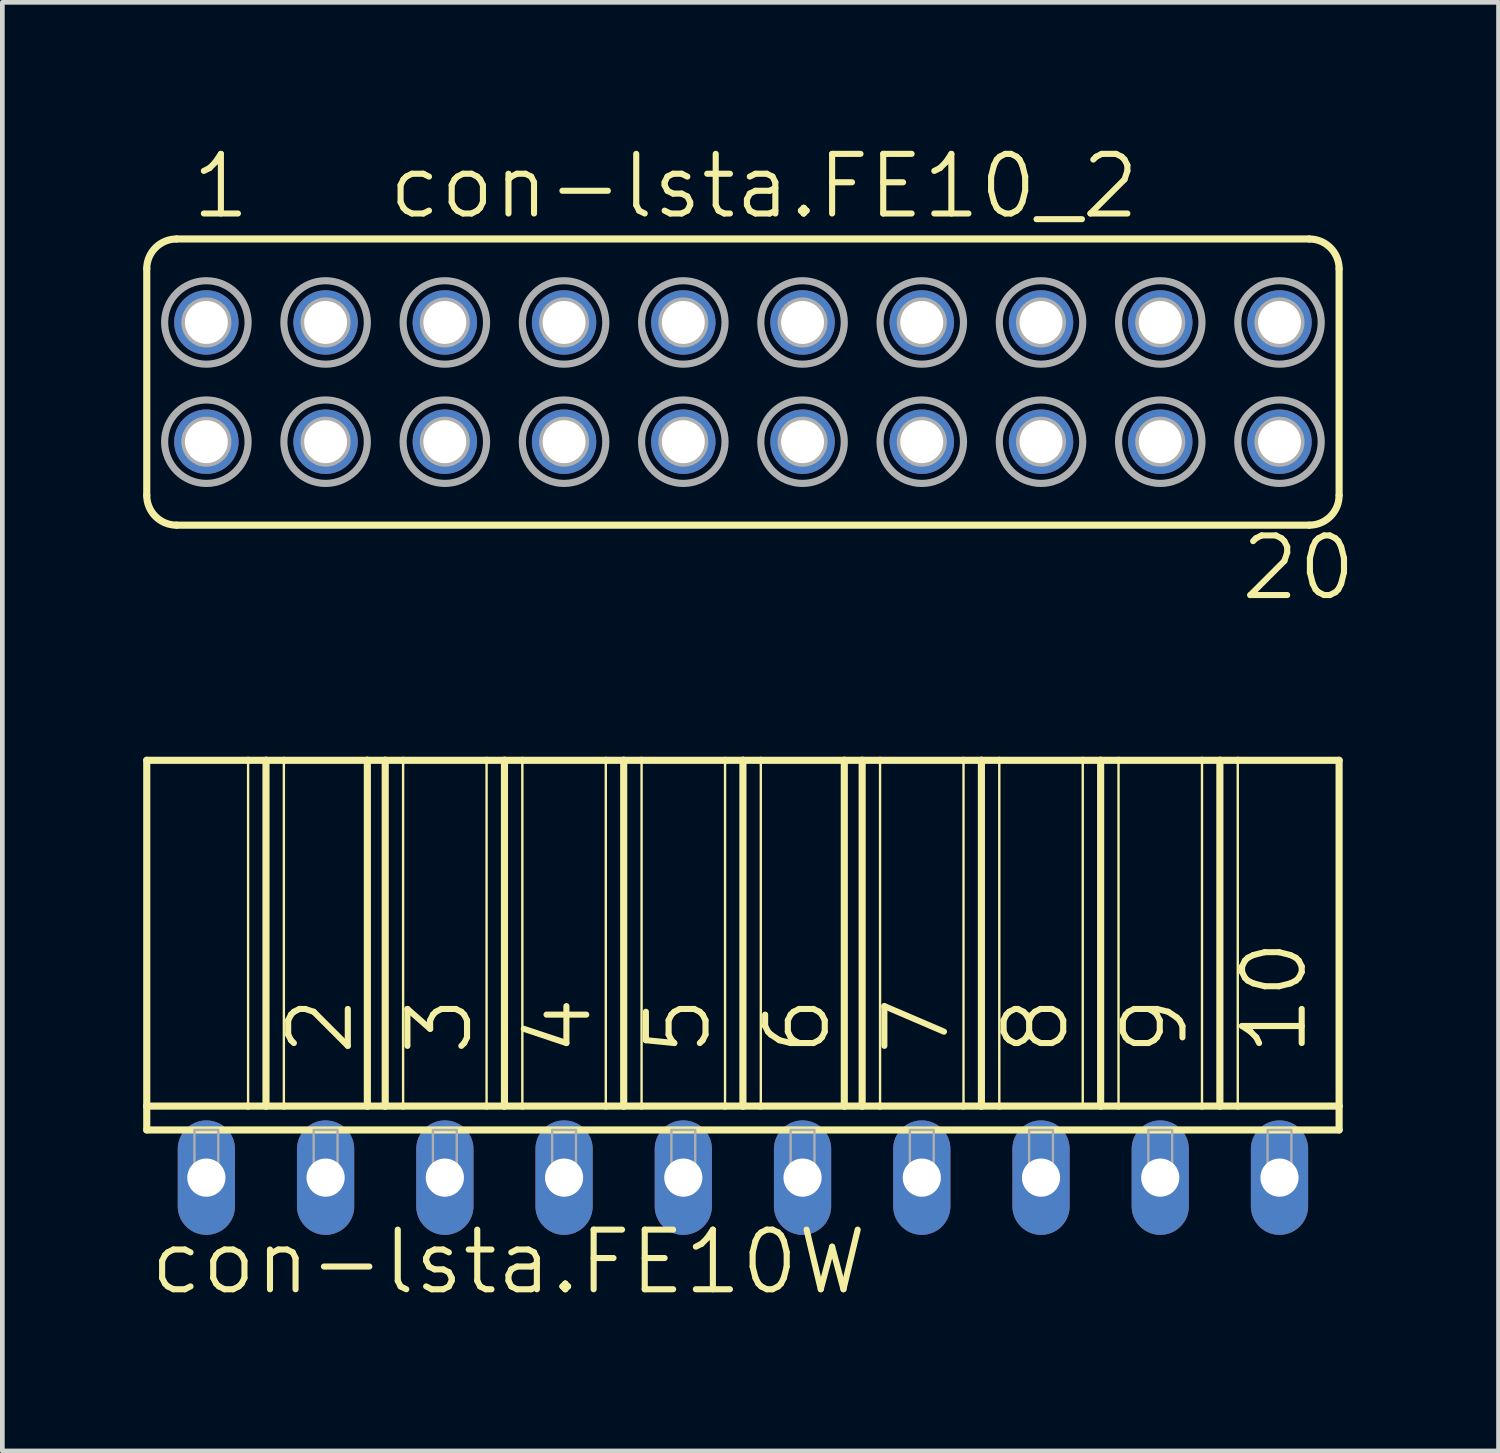
<source format=kicad_pcb>
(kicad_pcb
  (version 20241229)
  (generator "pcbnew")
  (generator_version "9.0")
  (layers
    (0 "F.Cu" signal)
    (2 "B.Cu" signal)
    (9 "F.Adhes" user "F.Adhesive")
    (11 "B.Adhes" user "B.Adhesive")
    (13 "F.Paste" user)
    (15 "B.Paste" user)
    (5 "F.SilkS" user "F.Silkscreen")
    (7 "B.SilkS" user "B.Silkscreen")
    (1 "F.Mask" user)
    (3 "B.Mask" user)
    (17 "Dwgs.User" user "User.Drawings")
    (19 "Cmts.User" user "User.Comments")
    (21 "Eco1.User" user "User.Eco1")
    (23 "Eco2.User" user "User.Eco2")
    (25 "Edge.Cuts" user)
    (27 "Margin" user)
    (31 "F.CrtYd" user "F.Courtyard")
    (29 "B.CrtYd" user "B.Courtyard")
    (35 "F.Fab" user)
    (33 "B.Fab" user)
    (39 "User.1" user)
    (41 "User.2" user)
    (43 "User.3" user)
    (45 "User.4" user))
  (footprint "con-lsta.FE10_2"
    (layer "F.Cu")
    (at 12.776 5.089)
    (property "Reference" "con-lsta.FE10_2" (at -7.62 -3.429 0) (layer "F.SilkS") (effects (font (size 1.27 1.27) (thickness 0.13)) (justify left bottom)))
    (attr through_hole)
    (fp_line (start -12.7 2.413) (end -12.7 -2.413) (stroke (width 0.152) (type default)) (layer "F.SilkS"))
    (fp_line (start -12.065 -3.048) (end 12.065 -3.048) (stroke (width 0.152) (type default)) (layer "F.SilkS"))
    (fp_line (start -12.065 3.048) (end 12.065 3.048) (stroke (width 0.152) (type default)) (layer "F.SilkS"))
    (fp_line (start 12.7 2.413) (end 12.7 -2.413) (stroke (width 0.152) (type default)) (layer "F.SilkS"))
    (fp_arc (start -12.7 -2.413) (mid -12.514013 -2.862013) (end -12.065 -3.048) (stroke (width 0.1524) (type default)) (layer "F.SilkS"))
    (fp_arc (start -12.065 3.048) (mid -12.514013 2.862013) (end -12.7 2.413) (stroke (width 0.1524) (type default)) (layer "F.SilkS"))
    (fp_arc (start 12.065 -3.048) (mid 12.514013 -2.862013) (end 12.7 -2.413) (stroke (width 0.1524) (type default)) (layer "F.SilkS"))
    (fp_arc (start 12.7 2.413) (mid 12.514013 2.862013) (end 12.065 3.048) (stroke (width 0.1524) (type default)) (layer "F.SilkS"))
    (fp_circle (center -11.43 -1.27) (end -11.303 -1.27) (stroke (width 0.406) (type default)) (fill no) (layer "F.Fab"))
    (fp_circle (center -11.43 -1.27) (end -10.541 -1.27) (stroke (width 0.152) (type default)) (fill no) (layer "F.Fab"))
    (fp_circle (center -11.43 1.27) (end -11.303 1.27) (stroke (width 0.406) (type default)) (fill no) (layer "F.Fab"))
    (fp_circle (center -11.43 1.27) (end -10.541 1.27) (stroke (width 0.152) (type default)) (fill no) (layer "F.Fab"))
    (fp_circle (center -8.89 -1.27) (end -8.763 -1.27) (stroke (width 0.406) (type default)) (fill no) (layer "F.Fab"))
    (fp_circle (center -8.89 -1.27) (end -8.001 -1.27) (stroke (width 0.152) (type default)) (fill no) (layer "F.Fab"))
    (fp_circle (center -8.89 1.27) (end -8.763 1.27) (stroke (width 0.406) (type default)) (fill no) (layer "F.Fab"))
    (fp_circle (center -8.89 1.27) (end -8.001 1.27) (stroke (width 0.152) (type default)) (fill no) (layer "F.Fab"))
    (fp_circle (center -6.35 -1.27) (end -6.223 -1.27) (stroke (width 0.406) (type default)) (fill no) (layer "F.Fab"))
    (fp_circle (center -6.35 -1.27) (end -5.461 -1.27) (stroke (width 0.152) (type default)) (fill no) (layer "F.Fab"))
    (fp_circle (center -6.35 1.27) (end -6.223 1.27) (stroke (width 0.406) (type default)) (fill no) (layer "F.Fab"))
    (fp_circle (center -6.35 1.27) (end -5.461 1.27) (stroke (width 0.152) (type default)) (fill no) (layer "F.Fab"))
    (fp_circle (center -3.81 -1.27) (end -3.683 -1.27) (stroke (width 0.406) (type default)) (fill no) (layer "F.Fab"))
    (fp_circle (center -3.81 -1.27) (end -2.921 -1.27) (stroke (width 0.152) (type default)) (fill no) (layer "F.Fab"))
    (fp_circle (center -3.81 1.27) (end -3.683 1.27) (stroke (width 0.406) (type default)) (fill no) (layer "F.Fab"))
    (fp_circle (center -3.81 1.27) (end -2.921 1.27) (stroke (width 0.152) (type default)) (fill no) (layer "F.Fab"))
    (fp_circle (center -1.27 -1.27) (end -1.143 -1.27) (stroke (width 0.406) (type default)) (fill no) (layer "F.Fab"))
    (fp_circle (center -1.27 -1.27) (end -0.381 -1.27) (stroke (width 0.152) (type default)) (fill no) (layer "F.Fab"))
    (fp_circle (center -1.27 1.27) (end -1.143 1.27) (stroke (width 0.406) (type default)) (fill no) (layer "F.Fab"))
    (fp_circle (center -1.27 1.27) (end -0.381 1.27) (stroke (width 0.152) (type default)) (fill no) (layer "F.Fab"))
    (fp_circle (center 1.27 -1.27) (end 1.397 -1.27) (stroke (width 0.406) (type default)) (fill no) (layer "F.Fab"))
    (fp_circle (center 1.27 -1.27) (end 2.159 -1.27) (stroke (width 0.152) (type default)) (fill no) (layer "F.Fab"))
    (fp_circle (center 1.27 1.27) (end 1.397 1.27) (stroke (width 0.406) (type default)) (fill no) (layer "F.Fab"))
    (fp_circle (center 1.27 1.27) (end 2.159 1.27) (stroke (width 0.152) (type default)) (fill no) (layer "F.Fab"))
    (fp_circle (center 3.81 -1.27) (end 3.937 -1.27) (stroke (width 0.406) (type default)) (fill no) (layer "F.Fab"))
    (fp_circle (center 3.81 -1.27) (end 4.699 -1.27) (stroke (width 0.152) (type default)) (fill no) (layer "F.Fab"))
    (fp_circle (center 3.81 1.27) (end 3.937 1.27) (stroke (width 0.406) (type default)) (fill no) (layer "F.Fab"))
    (fp_circle (center 3.81 1.27) (end 4.699 1.27) (stroke (width 0.152) (type default)) (fill no) (layer "F.Fab"))
    (fp_circle (center 6.35 -1.27) (end 6.477 -1.27) (stroke (width 0.406) (type default)) (fill no) (layer "F.Fab"))
    (fp_circle (center 6.35 -1.27) (end 7.239 -1.27) (stroke (width 0.152) (type default)) (fill no) (layer "F.Fab"))
    (fp_circle (center 6.35 1.27) (end 6.477 1.27) (stroke (width 0.406) (type default)) (fill no) (layer "F.Fab"))
    (fp_circle (center 6.35 1.27) (end 7.239 1.27) (stroke (width 0.152) (type default)) (fill no) (layer "F.Fab"))
    (fp_circle (center 8.89 -1.27) (end 9.017 -1.27) (stroke (width 0.406) (type default)) (fill no) (layer "F.Fab"))
    (fp_circle (center 8.89 -1.27) (end 9.779 -1.27) (stroke (width 0.152) (type default)) (fill no) (layer "F.Fab"))
    (fp_circle (center 8.89 1.27) (end 9.017 1.27) (stroke (width 0.406) (type default)) (fill no) (layer "F.Fab"))
    (fp_circle (center 8.89 1.27) (end 9.779 1.27) (stroke (width 0.152) (type default)) (fill no) (layer "F.Fab"))
    (fp_circle (center 11.43 -1.27) (end 11.557 -1.27) (stroke (width 0.406) (type default)) (fill no) (layer "F.Fab"))
    (fp_circle (center 11.43 -1.27) (end 12.319 -1.27) (stroke (width 0.152) (type default)) (fill no) (layer "F.Fab"))
    (fp_circle (center 11.43 1.27) (end 11.557 1.27) (stroke (width 0.406) (type default)) (fill no) (layer "F.Fab"))
    (fp_circle (center 11.43 1.27) (end 12.319 1.27) (stroke (width 0.152) (type default)) (fill no) (layer "F.Fab"))
    (fp_text user "20" (at 10.541 4.699 0) (layer "F.SilkS") (effects (font (size 1.27 1.27) (thickness 0.13)) (justify left bottom)))
    (fp_text user "1" (at -11.811 -3.429 0) (layer "F.SilkS") (effects (font (size 1.27 1.27) (thickness 0.13)) (justify left bottom)))
    (pad "1" thru_hole circle (at -11.43 -1.27) (size 1.372 1.372) (drill 0.914) (layers "*.Cu" "*.Mask"))
    (pad "2" thru_hole circle (at -11.43 1.27) (size 1.372 1.372) (drill 0.914) (layers "*.Cu" "*.Mask"))
    (pad "3" thru_hole circle (at -8.89 -1.27) (size 1.372 1.372) (drill 0.914) (layers "*.Cu" "*.Mask"))
    (pad "4" thru_hole circle (at -8.89 1.27) (size 1.372 1.372) (drill 0.914) (layers "*.Cu" "*.Mask"))
    (pad "5" thru_hole circle (at -6.35 -1.27) (size 1.372 1.372) (drill 0.914) (layers "*.Cu" "*.Mask"))
    (pad "6" thru_hole circle (at -6.35 1.27) (size 1.372 1.372) (drill 0.914) (layers "*.Cu" "*.Mask"))
    (pad "7" thru_hole circle (at -3.81 -1.27) (size 1.372 1.372) (drill 0.914) (layers "*.Cu" "*.Mask"))
    (pad "8" thru_hole circle (at -3.81 1.27) (size 1.372 1.372) (drill 0.914) (layers "*.Cu" "*.Mask"))
    (pad "9" thru_hole circle (at -1.27 -1.27) (size 1.372 1.372) (drill 0.914) (layers "*.Cu" "*.Mask"))
    (pad "10" thru_hole circle (at -1.27 1.27) (size 1.372 1.372) (drill 0.914) (layers "*.Cu" "*.Mask"))
    (pad "11" thru_hole circle (at 1.27 -1.27) (size 1.372 1.372) (drill 0.914) (layers "*.Cu" "*.Mask"))
    (pad "12" thru_hole circle (at 1.27 1.27) (size 1.372 1.372) (drill 0.914) (layers "*.Cu" "*.Mask"))
    (pad "13" thru_hole circle (at 3.81 -1.27) (size 1.372 1.372) (drill 0.914) (layers "*.Cu" "*.Mask"))
    (pad "14" thru_hole circle (at 3.81 1.27) (size 1.372 1.372) (drill 0.914) (layers "*.Cu" "*.Mask"))
    (pad "15" thru_hole circle (at 6.35 -1.27) (size 1.372 1.372) (drill 0.914) (layers "*.Cu" "*.Mask"))
    (pad "16" thru_hole circle (at 6.35 1.27) (size 1.372 1.372) (drill 0.914) (layers "*.Cu" "*.Mask"))
    (pad "17" thru_hole circle (at 8.89 -1.27) (size 1.372 1.372) (drill 0.914) (layers "*.Cu" "*.Mask"))
    (pad "18" thru_hole circle (at 8.89 1.27) (size 1.372 1.372) (drill 0.914) (layers "*.Cu" "*.Mask"))
    (pad "19" thru_hole circle (at 11.43 -1.27) (size 1.372 1.372) (drill 0.914) (layers "*.Cu" "*.Mask"))
    (pad "20" thru_hole circle (at 11.43 1.27) (size 1.372 1.372) (drill 0.914) (layers "*.Cu" "*.Mask")))
  (footprint "con-lsta.FE10W"
    (layer "F.Cu")
    (at 12.776 22.036)
    (property "Reference" "con-lsta.FE10W" (at -12.7 2.54 0) (layer "F.SilkS") (effects (font (size 1.27 1.27) (thickness 0.13)) (justify left bottom)))
    (attr through_hole)
    (fp_line (start -12.7 -8.89) (end -10.541 -8.89) (stroke (width 0.152) (type default)) (layer "F.SilkS"))
    (fp_line (start -12.7 -1.524) (end -12.7 -8.89) (stroke (width 0.152) (type default)) (layer "F.SilkS"))
    (fp_line (start -12.7 -1.524) (end -10.541 -1.524) (stroke (width 0.152) (type default)) (layer "F.SilkS"))
    (fp_line (start -12.7 -1.016) (end -12.7 -1.524) (stroke (width 0.152) (type default)) (layer "F.SilkS"))
    (fp_line (start -12.7 -1.016) (end 12.7 -1.016) (stroke (width 0.152) (type default)) (layer "F.SilkS"))
    (fp_line (start -10.541 -8.89) (end -10.541 -1.524) (stroke (width 0.051) (type default)) (layer "F.SilkS"))
    (fp_line (start -10.541 -8.89) (end -10.16 -8.89) (stroke (width 0.152) (type default)) (layer "F.SilkS"))
    (fp_line (start -10.541 -1.524) (end -10.16 -1.524) (stroke (width 0.152) (type default)) (layer "F.SilkS"))
    (fp_line (start -10.16 -8.89) (end -10.16 -1.524) (stroke (width 0.152) (type default)) (layer "F.SilkS"))
    (fp_line (start -10.16 -8.89) (end -9.779 -8.89) (stroke (width 0.152) (type default)) (layer "F.SilkS"))
    (fp_line (start -10.16 -1.524) (end -9.779 -1.524) (stroke (width 0.152) (type default)) (layer "F.SilkS"))
    (fp_line (start -9.779 -8.89) (end -9.779 -1.524) (stroke (width 0.051) (type default)) (layer "F.SilkS"))
    (fp_line (start -9.779 -8.89) (end -8.001 -8.89) (stroke (width 0.152) (type default)) (layer "F.SilkS"))
    (fp_line (start -9.779 -1.524) (end -8.001 -1.524) (stroke (width 0.152) (type default)) (layer "F.SilkS"))
    (fp_line (start -8.001 -8.89) (end -8.001 -1.524) (stroke (width 0.152) (type default)) (layer "F.SilkS"))
    (fp_line (start -8.001 -8.89) (end -7.62 -8.89) (stroke (width 0.152) (type default)) (layer "F.SilkS"))
    (fp_line (start -8.001 -1.524) (end -7.62 -1.524) (stroke (width 0.152) (type default)) (layer "F.SilkS"))
    (fp_line (start -7.62 -8.89) (end -7.62 -1.524) (stroke (width 0.152) (type default)) (layer "F.SilkS"))
    (fp_line (start -7.62 -8.89) (end -7.239 -8.89) (stroke (width 0.152) (type default)) (layer "F.SilkS"))
    (fp_line (start -7.62 -1.524) (end -7.239 -1.524) (stroke (width 0.152) (type default)) (layer "F.SilkS"))
    (fp_line (start -7.239 -8.89) (end -7.239 -1.524) (stroke (width 0.051) (type default)) (layer "F.SilkS"))
    (fp_line (start -7.239 -8.89) (end -5.461 -8.89) (stroke (width 0.152) (type default)) (layer "F.SilkS"))
    (fp_line (start -7.239 -1.524) (end -5.461 -1.524) (stroke (width 0.152) (type default)) (layer "F.SilkS"))
    (fp_line (start -5.461 -8.89) (end -5.461 -1.524) (stroke (width 0.051) (type default)) (layer "F.SilkS"))
    (fp_line (start -5.461 -8.89) (end -5.08 -8.89) (stroke (width 0.152) (type default)) (layer "F.SilkS"))
    (fp_line (start -5.461 -1.524) (end -5.08 -1.524) (stroke (width 0.152) (type default)) (layer "F.SilkS"))
    (fp_line (start -5.08 -8.89) (end -5.08 -1.524) (stroke (width 0.152) (type default)) (layer "F.SilkS"))
    (fp_line (start -5.08 -8.89) (end -4.699 -8.89) (stroke (width 0.152) (type default)) (layer "F.SilkS"))
    (fp_line (start -5.08 -1.524) (end -4.699 -1.524) (stroke (width 0.152) (type default)) (layer "F.SilkS"))
    (fp_line (start -4.699 -8.89) (end -4.699 -1.524) (stroke (width 0.051) (type default)) (layer "F.SilkS"))
    (fp_line (start -4.699 -8.89) (end -2.921 -8.89) (stroke (width 0.152) (type default)) (layer "F.SilkS"))
    (fp_line (start -4.699 -1.524) (end -2.921 -1.524) (stroke (width 0.152) (type default)) (layer "F.SilkS"))
    (fp_line (start -2.921 -8.89) (end -2.921 -1.524) (stroke (width 0.051) (type default)) (layer "F.SilkS"))
    (fp_line (start -2.921 -8.89) (end -2.54 -8.89) (stroke (width 0.152) (type default)) (layer "F.SilkS"))
    (fp_line (start -2.921 -1.524) (end -2.54 -1.524) (stroke (width 0.152) (type default)) (layer "F.SilkS"))
    (fp_line (start -2.54 -8.89) (end -2.54 -1.524) (stroke (width 0.152) (type default)) (layer "F.SilkS"))
    (fp_line (start -2.54 -8.89) (end -2.159 -8.89) (stroke (width 0.152) (type default)) (layer "F.SilkS"))
    (fp_line (start -2.54 -1.524) (end -2.159 -1.524) (stroke (width 0.152) (type default)) (layer "F.SilkS"))
    (fp_line (start -2.159 -8.89) (end -2.159 -1.524) (stroke (width 0.051) (type default)) (layer "F.SilkS"))
    (fp_line (start -2.159 -8.89) (end -0.381 -8.89) (stroke (width 0.152) (type default)) (layer "F.SilkS"))
    (fp_line (start -2.159 -1.524) (end -0.381 -1.524) (stroke (width 0.152) (type default)) (layer "F.SilkS"))
    (fp_line (start -0.381 -8.89) (end -0.381 -1.524) (stroke (width 0.051) (type default)) (layer "F.SilkS"))
    (fp_line (start -0.381 -8.89) (end 0 -8.89) (stroke (width 0.152) (type default)) (layer "F.SilkS"))
    (fp_line (start -0.381 -1.524) (end 0 -1.524) (stroke (width 0.152) (type default)) (layer "F.SilkS"))
    (fp_line (start 0 -8.89) (end 0 -1.524) (stroke (width 0.152) (type default)) (layer "F.SilkS"))
    (fp_line (start 0 -8.89) (end 0.381 -8.89) (stroke (width 0.152) (type default)) (layer "F.SilkS"))
    (fp_line (start 0 -1.524) (end 0.381 -1.524) (stroke (width 0.152) (type default)) (layer "F.SilkS"))
    (fp_line (start 0.381 -8.89) (end 0.381 -1.524) (stroke (width 0.051) (type default)) (layer "F.SilkS"))
    (fp_line (start 0.381 -8.89) (end 2.159 -8.89) (stroke (width 0.152) (type default)) (layer "F.SilkS"))
    (fp_line (start 0.381 -1.524) (end 2.159 -1.524) (stroke (width 0.152) (type default)) (layer "F.SilkS"))
    (fp_line (start 2.159 -8.89) (end 2.159 -1.524) (stroke (width 0.152) (type default)) (layer "F.SilkS"))
    (fp_line (start 2.159 -8.89) (end 2.54 -8.89) (stroke (width 0.152) (type default)) (layer "F.SilkS"))
    (fp_line (start 2.159 -1.524) (end 2.54 -1.524) (stroke (width 0.152) (type default)) (layer "F.SilkS"))
    (fp_line (start 2.54 -8.89) (end 2.54 -1.524) (stroke (width 0.152) (type default)) (layer "F.SilkS"))
    (fp_line (start 2.54 -8.89) (end 2.921 -8.89) (stroke (width 0.152) (type default)) (layer "F.SilkS"))
    (fp_line (start 2.54 -1.524) (end 2.921 -1.524) (stroke (width 0.152) (type default)) (layer "F.SilkS"))
    (fp_line (start 2.921 -8.89) (end 2.921 -1.524) (stroke (width 0.051) (type default)) (layer "F.SilkS"))
    (fp_line (start 2.921 -8.89) (end 4.699 -8.89) (stroke (width 0.152) (type default)) (layer "F.SilkS"))
    (fp_line (start 2.921 -1.524) (end 4.699 -1.524) (stroke (width 0.152) (type default)) (layer "F.SilkS"))
    (fp_line (start 4.699 -8.89) (end 4.699 -1.524) (stroke (width 0.051) (type default)) (layer "F.SilkS"))
    (fp_line (start 4.699 -8.89) (end 5.08 -8.89) (stroke (width 0.152) (type default)) (layer "F.SilkS"))
    (fp_line (start 4.699 -1.524) (end 5.08 -1.524) (stroke (width 0.152) (type default)) (layer "F.SilkS"))
    (fp_line (start 5.08 -8.89) (end 5.08 -1.524) (stroke (width 0.152) (type default)) (layer "F.SilkS"))
    (fp_line (start 5.08 -8.89) (end 5.461 -8.89) (stroke (width 0.152) (type default)) (layer "F.SilkS"))
    (fp_line (start 5.08 -1.524) (end 5.461 -1.524) (stroke (width 0.152) (type default)) (layer "F.SilkS"))
    (fp_line (start 5.461 -8.89) (end 5.461 -1.524) (stroke (width 0.051) (type default)) (layer "F.SilkS"))
    (fp_line (start 5.461 -8.89) (end 7.239 -8.89) (stroke (width 0.152) (type default)) (layer "F.SilkS"))
    (fp_line (start 5.461 -1.524) (end 7.62 -1.524) (stroke (width 0.152) (type default)) (layer "F.SilkS"))
    (fp_line (start 7.239 -8.89) (end 7.239 -1.524) (stroke (width 0.051) (type default)) (layer "F.SilkS"))
    (fp_line (start 7.239 -8.89) (end 7.62 -8.89) (stroke (width 0.152) (type default)) (layer "F.SilkS"))
    (fp_line (start 7.62 -8.89) (end 7.62 -1.524) (stroke (width 0.152) (type default)) (layer "F.SilkS"))
    (fp_line (start 7.62 -8.89) (end 8.001 -8.89) (stroke (width 0.152) (type default)) (layer "F.SilkS"))
    (fp_line (start 7.62 -1.524) (end 8.001 -1.524) (stroke (width 0.152) (type default)) (layer "F.SilkS"))
    (fp_line (start 8.001 -8.89) (end 8.001 -1.524) (stroke (width 0.051) (type default)) (layer "F.SilkS"))
    (fp_line (start 8.001 -8.89) (end 9.779 -8.89) (stroke (width 0.152) (type default)) (layer "F.SilkS"))
    (fp_line (start 8.001 -1.524) (end 9.779 -1.524) (stroke (width 0.152) (type default)) (layer "F.SilkS"))
    (fp_line (start 9.779 -8.89) (end 9.779 -1.524) (stroke (width 0.051) (type default)) (layer "F.SilkS"))
    (fp_line (start 9.779 -8.89) (end 10.16 -8.89) (stroke (width 0.152) (type default)) (layer "F.SilkS"))
    (fp_line (start 9.779 -1.524) (end 10.16 -1.524) (stroke (width 0.152) (type default)) (layer "F.SilkS"))
    (fp_line (start 10.16 -8.89) (end 10.16 -1.524) (stroke (width 0.152) (type default)) (layer "F.SilkS"))
    (fp_line (start 10.16 -8.89) (end 10.541 -8.89) (stroke (width 0.152) (type default)) (layer "F.SilkS"))
    (fp_line (start 10.16 -1.524) (end 10.541 -1.524) (stroke (width 0.152) (type default)) (layer "F.SilkS"))
    (fp_line (start 10.541 -8.89) (end 10.541 -1.524) (stroke (width 0.051) (type default)) (layer "F.SilkS"))
    (fp_line (start 10.541 -8.89) (end 12.7 -8.89) (stroke (width 0.152) (type default)) (layer "F.SilkS"))
    (fp_line (start 10.541 -1.524) (end 12.7 -1.524) (stroke (width 0.152) (type default)) (layer "F.SilkS"))
    (fp_line (start 12.7 -8.89) (end 12.7 -1.524) (stroke (width 0.152) (type default)) (layer "F.SilkS"))
    (fp_line (start 12.7 -1.524) (end 12.7 -1.016) (stroke (width 0.152) (type default)) (layer "F.SilkS"))
    (fp_rect (start -11.684 0) (end -11.176 -1.016) (stroke (width 0.05) (type default)) (fill no) (layer "F.Fab"))
    (fp_rect (start -9.144 0) (end -8.636 -1.016) (stroke (width 0.05) (type default)) (fill no) (layer "F.Fab"))
    (fp_rect (start -6.604 0) (end -6.096 -1.016) (stroke (width 0.05) (type default)) (fill no) (layer "F.Fab"))
    (fp_rect (start -4.064 0) (end -3.556 -1.016) (stroke (width 0.05) (type default)) (fill no) (layer "F.Fab"))
    (fp_rect (start -1.524 0) (end -1.016 -1.016) (stroke (width 0.05) (type default)) (fill no) (layer "F.Fab"))
    (fp_rect (start 1.016 0) (end 1.524 -1.016) (stroke (width 0.05) (type default)) (fill no) (layer "F.Fab"))
    (fp_rect (start 3.556 0) (end 4.064 -1.016) (stroke (width 0.05) (type default)) (fill no) (layer "F.Fab"))
    (fp_rect (start 6.096 0) (end 6.604 -1.016) (stroke (width 0.05) (type default)) (fill no) (layer "F.Fab"))
    (fp_rect (start 8.636 0) (end 9.144 -1.016) (stroke (width 0.05) (type default)) (fill no) (layer "F.Fab"))
    (fp_rect (start 11.176 0) (end 11.684 -1.016) (stroke (width 0.05) (type default)) (fill no) (layer "F.Fab"))
    (fp_text user "6" (at 1.905 -2.54 90) (layer "F.SilkS") (effects (font (size 1.27 1.27) (thickness 0.13)) (justify left bottom)))
    (fp_text user "10" (at 12.065 -2.54 90) (layer "F.SilkS") (effects (font (size 1.27 1.27) (thickness 0.13)) (justify left bottom)))
    (fp_text user "4" (at -3.175 -2.54 90) (layer "F.SilkS") (effects (font (size 1.27 1.27) (thickness 0.13)) (justify left bottom)))
    (fp_text user "9" (at 9.525 -2.54 90) (layer "F.SilkS") (effects (font (size 1.27 1.27) (thickness 0.13)) (justify left bottom)))
    (fp_text user "2" (at -8.255 -2.54 90) (layer "F.SilkS") (effects (font (size 1.27 1.27) (thickness 0.13)) (justify left bottom)))
    (fp_text user "3" (at -5.715 -2.54 90) (layer "F.SilkS") (effects (font (size 1.27 1.27) (thickness 0.13)) (justify left bottom)))
    (fp_text user "8" (at 6.985 -2.54 90) (layer "F.SilkS") (effects (font (size 1.27 1.27) (thickness 0.13)) (justify left bottom)))
    (fp_text user "7" (at 4.445 -2.54 90) (layer "F.SilkS") (effects (font (size 1.27 1.27) (thickness 0.13)) (justify left bottom)))
    (fp_text user "5" (at -0.635 -2.54 90) (layer "F.SilkS") (effects (font (size 1.27 1.27) (thickness 0.13)) (justify left bottom)))
    (pad "1" thru_hole oval (at -11.43 0 90) (size 2.438 1.219) (drill 0.813) (layers "*.Cu" "*.Mask"))
    (pad "2" thru_hole oval (at -8.89 0 90) (size 2.438 1.219) (drill 0.813) (layers "*.Cu" "*.Mask"))
    (pad "3" thru_hole oval (at -6.35 0 90) (size 2.438 1.219) (drill 0.813) (layers "*.Cu" "*.Mask"))
    (pad "4" thru_hole oval (at -3.81 0 90) (size 2.438 1.219) (drill 0.813) (layers "*.Cu" "*.Mask"))
    (pad "5" thru_hole oval (at -1.27 0 90) (size 2.438 1.219) (drill 0.813) (layers "*.Cu" "*.Mask"))
    (pad "6" thru_hole oval (at 1.27 0 90) (size 2.438 1.219) (drill 0.813) (layers "*.Cu" "*.Mask"))
    (pad "7" thru_hole oval (at 3.81 0 90) (size 2.438 1.219) (drill 0.813) (layers "*.Cu" "*.Mask"))
    (pad "8" thru_hole oval (at 6.35 0 90) (size 2.438 1.219) (drill 0.813) (layers "*.Cu" "*.Mask"))
    (pad "9" thru_hole oval (at 8.89 0 90) (size 2.438 1.219) (drill 0.813) (layers "*.Cu" "*.Mask"))
    (pad "10" thru_hole oval (at 11.43 0 90) (size 2.438 1.219) (drill 0.813) (layers "*.Cu" "*.Mask")))
  (gr_rect
    (start -3 -3)
    (end 28.872 27.859)
    (stroke (width 0.1) (type default))
    (fill no)
    (layer "Edge.Cuts")))
</source>
